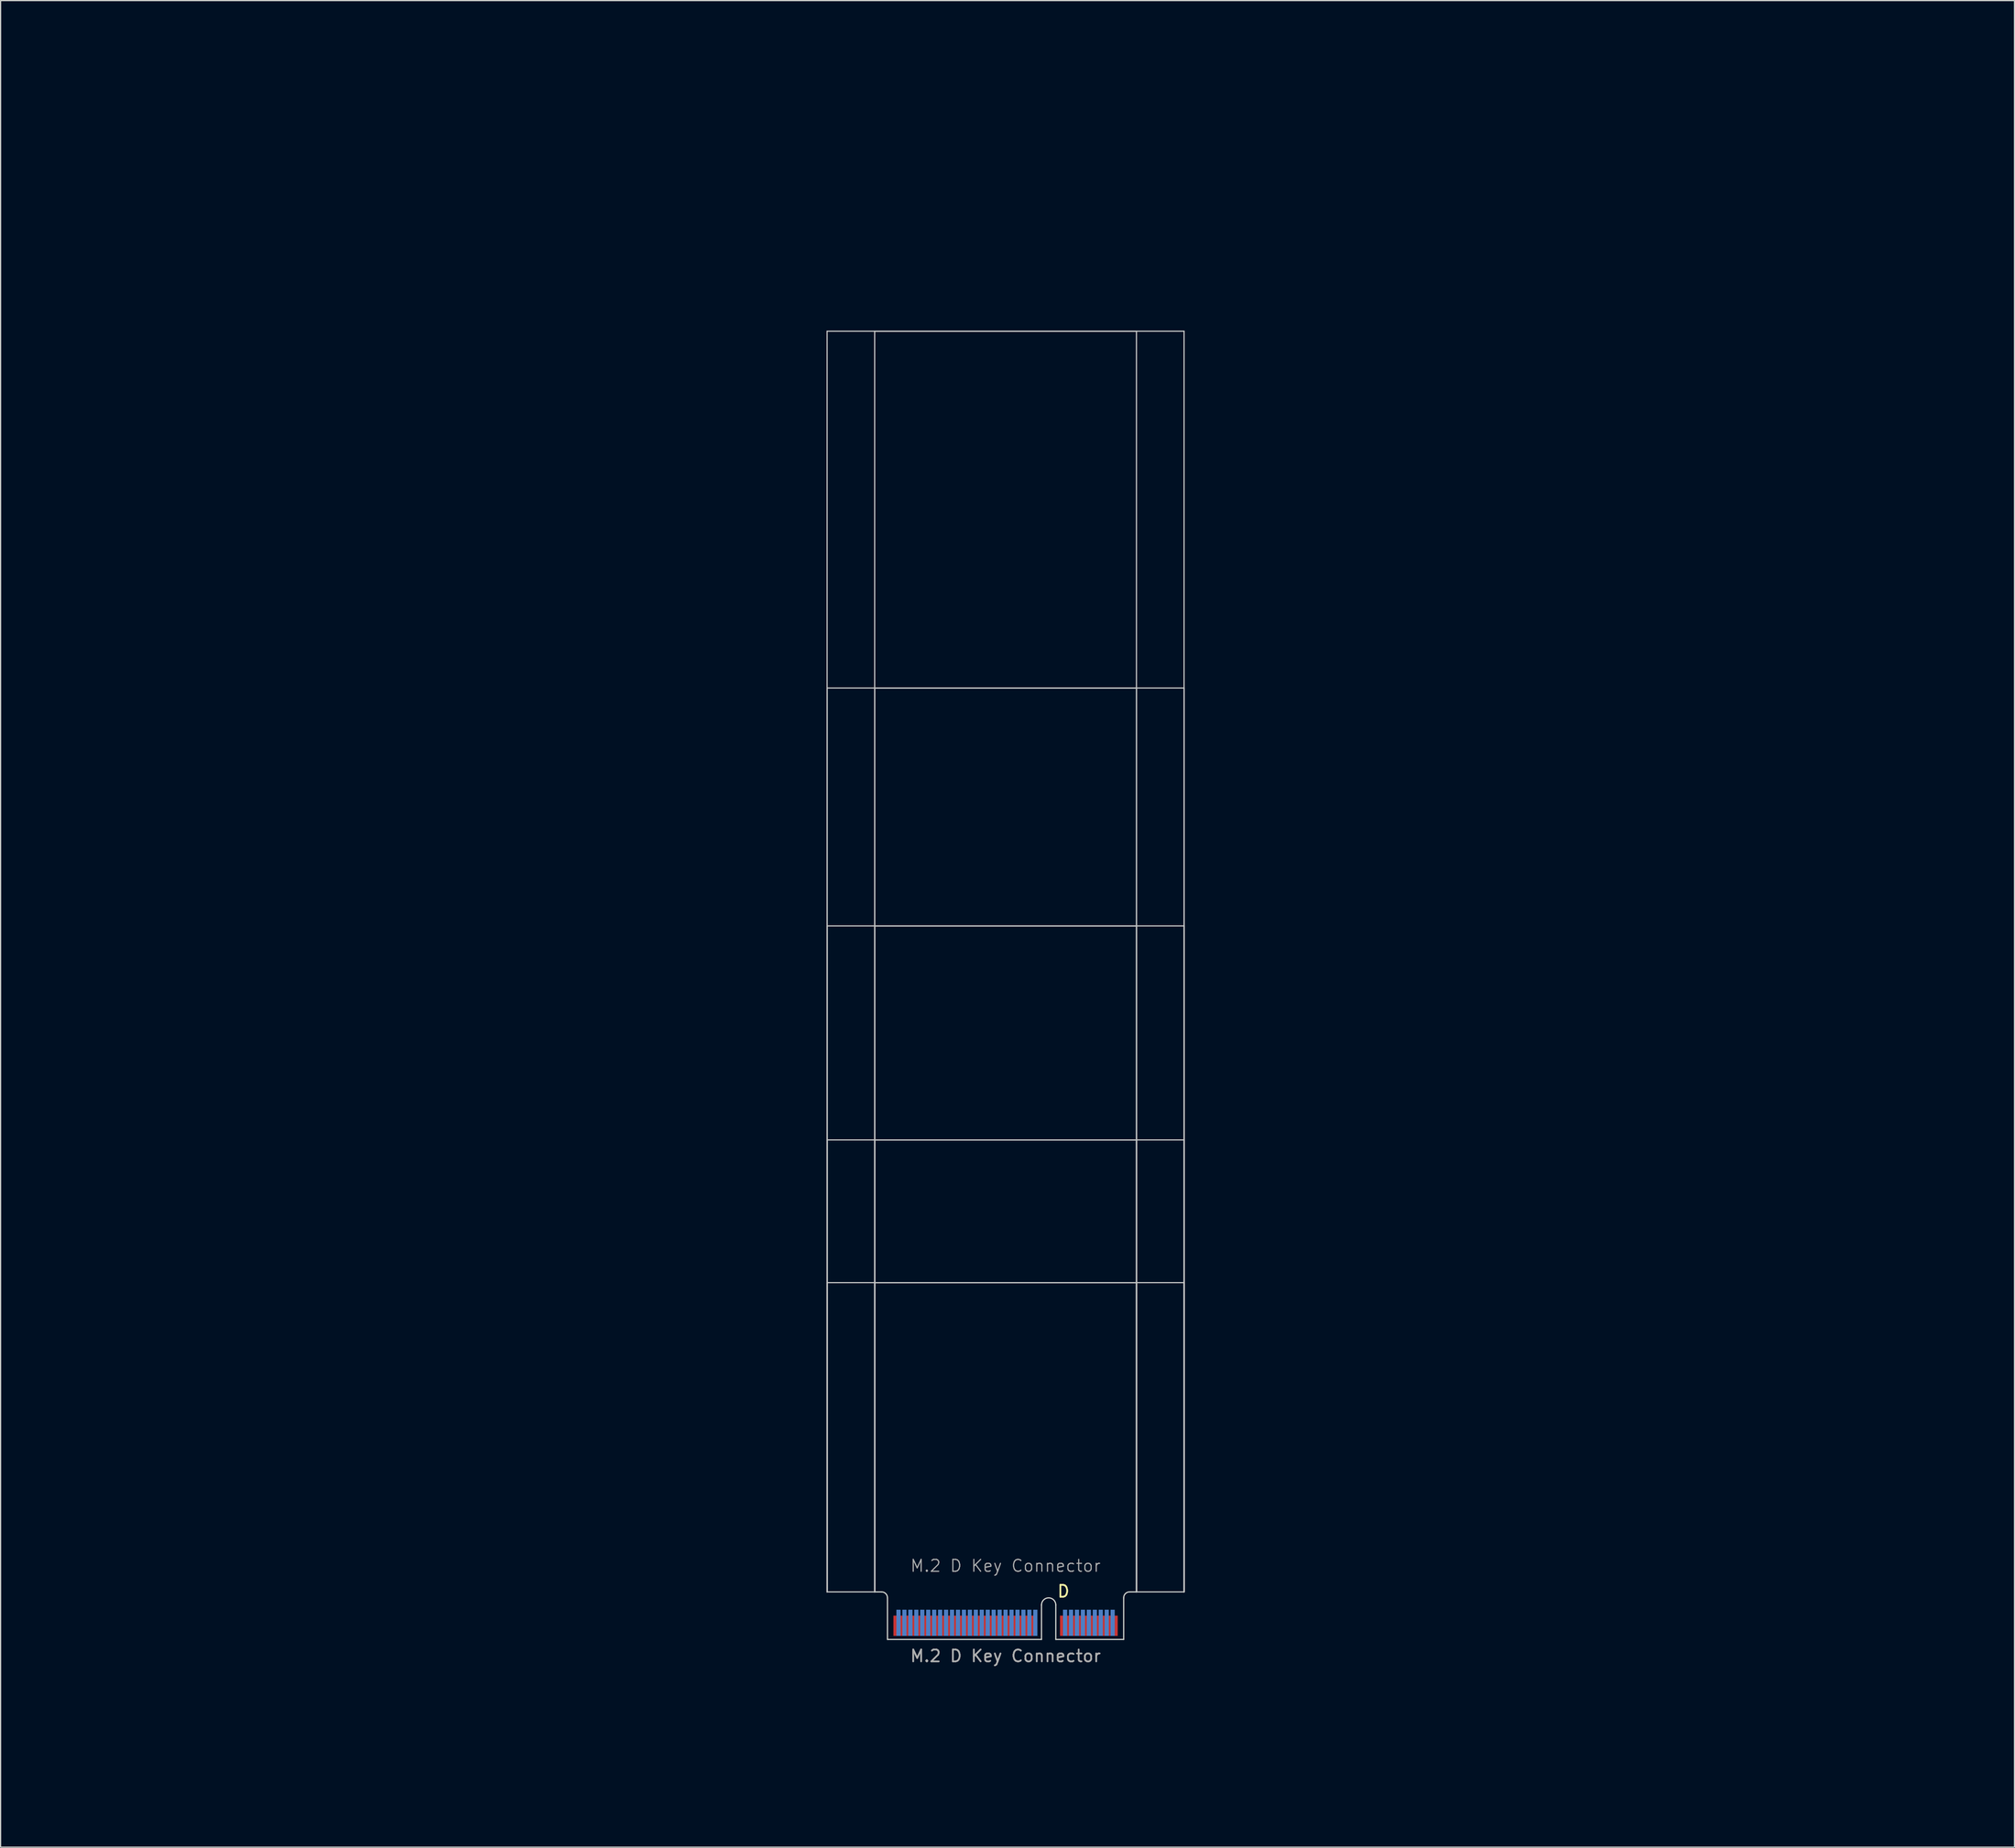
<source format=kicad_pcb>
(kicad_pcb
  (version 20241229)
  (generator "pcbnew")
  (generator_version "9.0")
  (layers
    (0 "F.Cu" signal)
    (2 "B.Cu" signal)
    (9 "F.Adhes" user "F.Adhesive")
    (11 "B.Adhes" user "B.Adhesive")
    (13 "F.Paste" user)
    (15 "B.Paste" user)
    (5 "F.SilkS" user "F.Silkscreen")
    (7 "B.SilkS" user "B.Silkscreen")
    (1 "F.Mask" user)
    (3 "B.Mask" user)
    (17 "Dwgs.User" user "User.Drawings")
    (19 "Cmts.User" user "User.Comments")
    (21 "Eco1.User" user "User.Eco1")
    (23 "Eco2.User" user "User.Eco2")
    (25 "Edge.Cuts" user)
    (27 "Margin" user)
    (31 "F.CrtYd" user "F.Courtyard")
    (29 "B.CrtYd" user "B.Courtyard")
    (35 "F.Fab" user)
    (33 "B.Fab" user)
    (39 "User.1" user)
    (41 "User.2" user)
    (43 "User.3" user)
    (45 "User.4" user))
  (footprint "M.2 D Key Connector"
    (layer "F.Cu")
    (at 81.459 133.687)
    (property "Reference" "M.2 D Key Connector" (at 0 -5.08 0) (unlocked yes) (layer "F.Fab") (effects (font (size 1 1) (thickness 0.1))))
    (attr exclude_from_pos_files exclude_from_bom)
    (fp_rect (start -9.925 -0.94) (end 9.925 1.11) (stroke (width 0) (type default)) (fill yes) (layer "F.Mask"))
    (fp_rect (start -9.925 -1.44) (end 9.925 1.11) (stroke (width 0) (type default)) (fill yes) (layer "B.Mask"))
    (fp_line (start -15 -108.89) (end 15 -108.89) (stroke (width 0.1) (type default)) (layer "Dwgs.User"))
    (fp_line (start -15 -78.89) (end 15 -78.89) (stroke (width 0.1) (type default)) (layer "Dwgs.User"))
    (fp_line (start -15 -58.89) (end 15 -58.89) (stroke (width 0.1) (type default)) (layer "Dwgs.User"))
    (fp_line (start -15 -40.89) (end 15 -40.89) (stroke (width 0.1) (type default)) (layer "Dwgs.User"))
    (fp_line (start -15 -28.89) (end 15 -28.89) (stroke (width 0.1) (type default)) (layer "Dwgs.User"))
    (fp_line (start -15 -2.89) (end -15 -108.89) (stroke (width 0.1) (type default)) (layer "Dwgs.User"))
    (fp_line (start -15 -2.89) (end -15 -78.89) (stroke (width 0.1) (type default)) (layer "Dwgs.User"))
    (fp_line (start -15 -2.89) (end -15 -58.89) (stroke (width 0.1) (type default)) (layer "Dwgs.User"))
    (fp_line (start -15 -2.89) (end -15 -40.89) (stroke (width 0.1) (type default)) (layer "Dwgs.User"))
    (fp_line (start -15 -2.89) (end -15 -28.89) (stroke (width 0.1) (type default)) (layer "Dwgs.User"))
    (fp_line (start -11 -108.89) (end 11 -108.89) (stroke (width 0.1) (type default)) (layer "Dwgs.User"))
    (fp_line (start -11 -78.89) (end 11 -78.89) (stroke (width 0.1) (type default)) (layer "Dwgs.User"))
    (fp_line (start -11 -58.89) (end 11 -58.89) (stroke (width 0.1) (type default)) (layer "Dwgs.User"))
    (fp_line (start -11 -40.89) (end 11 -40.89) (stroke (width 0.1) (type default)) (layer "Dwgs.User"))
    (fp_line (start -11 -28.89) (end 11 -28.89) (stroke (width 0.1) (type default)) (layer "Dwgs.User"))
    (fp_line (start -11 -2.89) (end -15 -2.89) (stroke (width 0.1) (type default)) (layer "Dwgs.User"))
    (fp_line (start -11 -2.89) (end -11 -108.89) (stroke (width 0.1) (type default)) (layer "Dwgs.User"))
    (fp_line (start -11 -2.89) (end -11 -78.89) (stroke (width 0.1) (type default)) (layer "Dwgs.User"))
    (fp_line (start -11 -2.89) (end -11 -58.89) (stroke (width 0.1) (type default)) (layer "Dwgs.User"))
    (fp_line (start -11 -2.89) (end -11 -40.89) (stroke (width 0.1) (type default)) (layer "Dwgs.User"))
    (fp_line (start -11 -2.89) (end -11 -28.89) (stroke (width 0.1) (type default)) (layer "Dwgs.User"))
    (fp_line (start 11 -108.89) (end 11 -2.89) (stroke (width 0.1) (type default)) (layer "Dwgs.User"))
    (fp_line (start 11 -78.89) (end 11 -2.89) (stroke (width 0.1) (type default)) (layer "Dwgs.User"))
    (fp_line (start 11 -58.89) (end 11 -2.89) (stroke (width 0.1) (type default)) (layer "Dwgs.User"))
    (fp_line (start 11 -40.89) (end 11 -2.89) (stroke (width 0.1) (type default)) (layer "Dwgs.User"))
    (fp_line (start 11 -28.89) (end 11 -2.89) (stroke (width 0.1) (type default)) (layer "Dwgs.User"))
    (fp_line (start 11 -2.89) (end 15 -2.89) (stroke (width 0.1) (type default)) (layer "Dwgs.User"))
    (fp_line (start 15 -108.89) (end 15 -2.89) (stroke (width 0.1) (type default)) (layer "Dwgs.User"))
    (fp_line (start 15 -78.89) (end 15 -2.89) (stroke (width 0.1) (type default)) (layer "Dwgs.User"))
    (fp_line (start 15 -40.89) (end 15 -2.89) (stroke (width 0.1) (type default)) (layer "Dwgs.User"))
    (fp_line (start 15 -28.89) (end 15 -2.89) (stroke (width 0.1) (type default)) (layer "Dwgs.User"))
    (fp_line (start 15 -2.89) (end 15 -58.89) (stroke (width 0.1) (type default)) (layer "Dwgs.User"))
    (fp_line (start -11 -2.89) (end -10.425 -2.89) (stroke (width 0.1) (type default)) (layer "Edge.Cuts"))
    (fp_line (start -9.925 -2.39) (end -9.925 1.11) (stroke (width 0.1) (type default)) (layer "Edge.Cuts"))
    (fp_line (start 3.02 -1.79) (end 3.02 1.11) (stroke (width 0.1) (type default)) (layer "Edge.Cuts"))
    (fp_line (start 3.02 1.11) (end -9.925 1.11) (stroke (width 0.1) (type default)) (layer "Edge.Cuts"))
    (fp_line (start 4.22 -1.79) (end 4.22 1.11) (stroke (width 0.1) (type default)) (layer "Edge.Cuts"))
    (fp_line (start 4.22 1.11) (end 9.925 1.11) (stroke (width 0.1) (type default)) (layer "Edge.Cuts"))
    (fp_line (start 9.925 -2.39) (end 9.925 1.11) (stroke (width 0.1) (type default)) (layer "Edge.Cuts"))
    (fp_line (start 10.425 -2.89) (end 11 -2.89) (stroke (width 0.1) (type default)) (layer "Edge.Cuts"))
    (fp_arc (start -10.425 -2.89) (mid -10.071447 -2.743553) (end -9.925 -2.39) (stroke (width 0.1) (type default)) (layer "Edge.Cuts"))
    (fp_arc (start 3.02 -1.79) (mid 3.62 -2.39) (end 4.22 -1.79) (stroke (width 0.1) (type default)) (layer "Edge.Cuts"))
    (fp_arc (start 9.925 -2.39) (mid 10.071447 -2.743553) (end 10.425 -2.89) (stroke (width 0.1) (type default)) (layer "Edge.Cuts"))
    (fp_line (start -0.71 -109.6) (end 0.71 -108.18) (stroke (width 0.15) (type default)) (layer "User.3"))
    (fp_line (start -0.71 -79.6) (end 0.71 -78.18) (stroke (width 0.15) (type default)) (layer "User.3"))
    (fp_line (start -0.71 -59.6) (end 0.71 -58.18) (stroke (width 0.15) (type default)) (layer "User.3"))
    (fp_line (start -0.71 -41.6) (end 0.71 -40.18) (stroke (width 0.15) (type default)) (layer "User.3"))
    (fp_line (start -0.71 -29.6) (end 0.71 -28.18) (stroke (width 0.15) (type default)) (layer "User.3"))
    (fp_line (start 0.71 -109.6) (end -0.71 -108.18) (stroke (width 0.15) (type default)) (layer "User.3"))
    (fp_line (start 0.71 -79.6) (end -0.71 -78.18) (stroke (width 0.15) (type default)) (layer "User.3"))
    (fp_line (start 0.71 -59.6) (end -0.71 -58.18) (stroke (width 0.15) (type default)) (layer "User.3"))
    (fp_line (start 0.71 -41.6) (end -0.71 -40.18) (stroke (width 0.15) (type default)) (layer "User.3"))
    (fp_line (start 0.71 -29.6) (end -0.71 -28.18) (stroke (width 0.15) (type default)) (layer "User.3"))
    (fp_rect (start -15 -108.89) (end 15 -105.09) (stroke (width 0.1) (type default)) (fill no) (layer "User.4"))
    (fp_rect (start -15 -78.89) (end 15 -75.09) (stroke (width 0.1) (type default)) (fill no) (layer "User.4"))
    (fp_rect (start -15 -58.89) (end 15 -55.09) (stroke (width 0.1) (type default)) (fill no) (layer "User.4"))
    (fp_rect (start -15 -40.89) (end 15 -37.09) (stroke (width 0.1) (type default)) (fill no) (layer "User.4"))
    (fp_rect (start -15 -28.89) (end 15 -25.09) (stroke (width 0.1) (type default)) (fill no) (layer "User.4"))
    (fp_text user "D" (at 4.27 -2.35 0) (unlocked yes) (layer "F.SilkS") (effects (font (size 1 1) (thickness 0.15)) (justify left bottom)))
    (fp_text user "${REFERENCE}" (at 0 2.5 0) (unlocked yes) (layer "F.Fab") (effects (font (size 1 1) (thickness 0.15))))
    (fp_text user "22, 30mm width and 30, 42, 60, 80, 110mm length shown in Blue (User.2 Layer)" (at 0.02 14.055 0) (unlocked yes) (layer "User.2") (effects (font (size 2 2) (thickness 0.2))))
    (fp_text user "Place \"M.2 Mounting Pad\" Footprint from library on Teal (User.3 Layer) X's" (at -0.13 9.4 0) (unlocked yes) (layer "User.3") (effects (font (size 2 2) (thickness 0.2))))
    (fp_text user "Yellow areas (User.4 Layer) reserverd for RF recepticals or for components when no RF recepticals used." (at 0.165 4.83 0) (unlocked yes) (layer "User.4") (effects (font (size 2 2) (thickness 0.2))))
    (dimension (type orthogonal) (layer "User.2") (pts (xy 70.459 24.797) (xy 92.459 24.797)) (height -12.48) (orientation 0) (format (prefix "") (suffix "") (units 3) (units_format 0) (precision 4) (suppress_zeroes yes)) (style (thickness 0.1) (arrow_length 1.27) (text_position_mode 0) (arrow_direction outward) (extension_height 0.586) (extension_offset 0.5) (keep_text_aligned yes)) (gr_text "22" (at 81.459 8.917 0) (layer "User.2") (effects (font (size 3 3) (thickness 0.4)))))
    (dimension (type orthogonal) (layer "User.2") (pts (xy 91.384 134.797) (xy 91.384 74.797)) (height 45.245) (orientation 1) (format (prefix "") (suffix "") (units 3) (units_format 0) (precision 4) (suppress_zeroes yes)) (style (thickness 0.1) (arrow_length 1.27) (text_position_mode 0) (arrow_direction outward) (extension_height 0.586) (extension_offset 0.5) (keep_text_aligned yes)) (gr_text "60" (at 133.329 104.797 90) (layer "User.2") (effects (font (size 3 3) (thickness 0.3)))))
    (dimension (type orthogonal) (layer "User.2") (pts (xy 66.459 23.687) (xy 96.459 23.687)) (height -17.83) (orientation 0) (format (prefix "") (suffix "") (units 3) (units_format 0) (precision 4) (suppress_zeroes yes)) (style (thickness 0.1) (arrow_length 1.27) (text_position_mode 0) (arrow_direction outward) (extension_height 0.586) (extension_offset 0.5) (keep_text_aligned yes)) (gr_text "30" (at 81.459 2.457 0) (layer "User.2") (effects (font (size 3 3) (thickness 0.4)))))
    (dimension (type orthogonal) (layer "User.2") (pts (xy 91.369 134.797) (xy 91.369 54.797)) (height 58.985) (orientation 1) (format (prefix "") (suffix "") (units 3) (units_format 0) (precision 4) (suppress_zeroes yes)) (style (thickness 0.1) (arrow_length 1.27) (text_position_mode 0) (arrow_direction outward) (extension_height 0.586) (extension_offset 0.5) (keep_text_aligned yes)) (gr_text "80" (at 147.054 94.797 90) (layer "User.2") (effects (font (size 3 3) (thickness 0.3)))))
    (dimension (type orthogonal) (layer "User.2") (pts (xy 91.384 134.797) (xy 91.384 24.797)) (height 69.74) (orientation 1) (format (prefix "") (suffix "") (units 3) (units_format 0) (precision 4) (suppress_zeroes yes)) (style (thickness 0.1) (arrow_length 1.27) (text_position_mode 0) (arrow_direction outward) (extension_height 0.586) (extension_offset 0.5) (keep_text_aligned yes)) (gr_text "110" (at 157.824 79.797 90) (layer "User.2") (effects (font (size 3 3) (thickness 0.3)))))
    (dimension (type orthogonal) (layer "User.2") (pts (xy 91.384 134.797) (xy 91.384 92.797)) (height 32.695) (orientation 1) (format (prefix "") (suffix "") (units 3) (units_format 0) (precision 4) (suppress_zeroes yes)) (style (thickness 0.1) (arrow_length 1.27) (text_position_mode 0) (arrow_direction outward) (extension_height 0.586) (extension_offset 0.5) (keep_text_aligned yes)) (gr_text "42" (at 120.779 113.797 90) (layer "User.2") (effects (font (size 3 3) (thickness 0.3)))))
    (dimension (type orthogonal) (layer "User.2") (pts (xy 91.384 134.797) (xy 91.384 104.797)) (height 20.795) (orientation 1) (format (prefix "") (suffix "") (units 3) (units_format 0) (precision 4) (suppress_zeroes yes)) (style (thickness 0.1) (arrow_length 1.27) (text_position_mode 0) (arrow_direction outward) (extension_height 0.586) (extension_offset 0.5) (keep_text_aligned yes)) (gr_text "30" (at 108.879 119.797 90) (layer "User.2") (effects (font (size 3 3) (thickness 0.3)))))
    (pad "1" smd rect (at 9.25 -0.04 180) (size 0.35 1.7) (layers "F.Cu"))
    (pad "2" smd rect (at 9 -0.29 180) (size 0.35 2.2) (layers "B.Cu"))
    (pad "3" smd rect (at 8.75 -0.04 180) (size 0.35 1.7) (layers "F.Cu"))
    (pad "4" smd rect (at 8.5 -0.29 180) (size 0.35 2.2) (layers "B.Cu"))
    (pad "5" smd rect (at 8.25 -0.04 180) (size 0.35 1.7) (layers "F.Cu"))
    (pad "6" smd rect (at 8 -0.29 180) (size 0.35 2.2) (layers "B.Cu"))
    (pad "7" smd rect (at 7.75 -0.04 180) (size 0.35 1.7) (layers "F.Cu"))
    (pad "8" smd rect (at 7.5 -0.29 180) (size 0.35 2.2) (layers "B.Cu"))
    (pad "9" smd rect (at 7.25 -0.04 180) (size 0.35 1.7) (layers "F.Cu"))
    (pad "10" smd rect (at 7 -0.29 180) (size 0.35 2.2) (layers "B.Cu"))
    (pad "11" smd rect (at 6.75 -0.04 180) (size 0.35 1.7) (layers "F.Cu"))
    (pad "12" smd rect (at 6.5 -0.29 180) (size 0.35 2.2) (layers "B.Cu"))
    (pad "13" smd rect (at 6.25 -0.04 180) (size 0.35 1.7) (layers "F.Cu"))
    (pad "14" smd rect (at 6 -0.29 180) (size 0.35 2.2) (layers "B.Cu"))
    (pad "15" smd rect (at 5.75 -0.04 180) (size 0.35 1.7) (layers "F.Cu"))
    (pad "16" smd rect (at 5.5 -0.29 180) (size 0.35 2.2) (layers "B.Cu"))
    (pad "17" smd rect (at 5.25 -0.04 180) (size 0.35 1.7) (layers "F.Cu"))
    (pad "18" smd rect (at 5 -0.29 180) (size 0.35 2.2) (layers "B.Cu"))
    (pad "19" smd rect (at 4.75 -0.04 180) (size 0.35 1.7) (layers "F.Cu"))
    (pad "28" smd rect (at 2.5 -0.29 180) (size 0.35 2.2) (layers "B.Cu"))
    (pad "29" smd rect (at 2.25 -0.04 180) (size 0.35 1.7) (layers "F.Cu"))
    (pad "30" smd rect (at 2 -0.29 180) (size 0.35 2.2) (layers "B.Cu"))
    (pad "31" smd rect (at 1.75 -0.04 180) (size 0.35 1.7) (layers "F.Cu"))
    (pad "32" smd rect (at 1.5 -0.29 180) (size 0.35 2.2) (layers "B.Cu"))
    (pad "33" smd rect (at 1.25 -0.04 180) (size 0.35 1.7) (layers "F.Cu"))
    (pad "34" smd rect (at 1 -0.29 180) (size 0.35 2.2) (layers "B.Cu"))
    (pad "35" smd rect (at 0.75 -0.04 180) (size 0.35 1.7) (layers "F.Cu"))
    (pad "36" smd rect (at 0.5 -0.29 180) (size 0.35 2.2) (layers "B.Cu"))
    (pad "37" smd rect (at 0.25 -0.04 180) (size 0.35 1.7) (layers "F.Cu"))
    (pad "38" smd rect (at 0 -0.29 180) (size 0.35 2.2) (layers "B.Cu"))
    (pad "39" smd rect (at -0.25 -0.04 180) (size 0.35 1.7) (layers "F.Cu"))
    (pad "40" smd rect (at -0.5 -0.29 180) (size 0.35 2.2) (layers "B.Cu"))
    (pad "41" smd rect (at -0.75 -0.04 180) (size 0.35 1.7) (layers "F.Cu"))
    (pad "42" smd rect (at -1 -0.29 180) (size 0.35 2.2) (layers "B.Cu"))
    (pad "43" smd rect (at -1.25 -0.04 180) (size 0.35 1.7) (layers "F.Cu"))
    (pad "44" smd rect (at -1.5 -0.29 180) (size 0.35 2.2) (layers "B.Cu"))
    (pad "45" smd rect (at -1.75 -0.04 180) (size 0.35 1.7) (layers "F.Cu"))
    (pad "46" smd rect (at -2 -0.29 180) (size 0.35 2.2) (layers "B.Cu"))
    (pad "47" smd rect (at -2.25 -0.04 180) (size 0.35 1.7) (layers "F.Cu"))
    (pad "48" smd rect (at -2.5 -0.29 180) (size 0.35 2.2) (layers "B.Cu"))
    (pad "49" smd rect (at -2.75 -0.04 180) (size 0.35 1.7) (layers "F.Cu"))
    (pad "50" smd rect (at -3 -0.29 180) (size 0.35 2.2) (layers "B.Cu"))
    (pad "51" smd rect (at -3.25 -0.04 180) (size 0.35 1.7) (layers "F.Cu"))
    (pad "52" smd rect (at -3.5 -0.29 180) (size 0.35 2.2) (layers "B.Cu"))
    (pad "53" smd rect (at -3.75 -0.04 180) (size 0.35 1.7) (layers "F.Cu"))
    (pad "54" smd rect (at -4 -0.29 180) (size 0.35 2.2) (layers "B.Cu"))
    (pad "55" smd rect (at -4.25 -0.04 180) (size 0.35 1.7) (layers "F.Cu"))
    (pad "56" smd rect (at -4.5 -0.29 180) (size 0.35 2.2) (layers "B.Cu"))
    (pad "57" smd rect (at -4.75 -0.04 180) (size 0.35 1.7) (layers "F.Cu"))
    (pad "58" smd rect (at -5 -0.29 180) (size 0.35 2.2) (layers "B.Cu"))
    (pad "59" smd rect (at -5.25 -0.04 180) (size 0.35 1.7) (layers "F.Cu"))
    (pad "60" smd rect (at -5.5 -0.29 180) (size 0.35 2.2) (layers "B.Cu"))
    (pad "61" smd rect (at -5.75 -0.04 180) (size 0.35 1.7) (layers "F.Cu"))
    (pad "62" smd rect (at -6 -0.29 180) (size 0.35 2.2) (layers "B.Cu"))
    (pad "63" smd rect (at -6.25 -0.04 180) (size 0.35 1.7) (layers "F.Cu"))
    (pad "64" smd rect (at -6.5 -0.29 180) (size 0.35 2.2) (layers "B.Cu"))
    (pad "65" smd rect (at -6.75 -0.04 180) (size 0.35 1.7) (layers "F.Cu"))
    (pad "66" smd rect (at -7 -0.29 180) (size 0.35 2.2) (layers "B.Cu"))
    (pad "67" smd rect (at -7.25 -0.04 180) (size 0.35 1.7) (layers "F.Cu"))
    (pad "68" smd rect (at -7.5 -0.29 180) (size 0.35 2.2) (layers "B.Cu"))
    (pad "69" smd rect (at -7.75 -0.04 180) (size 0.35 1.7) (layers "F.Cu"))
    (pad "70" smd rect (at -8 -0.29 180) (size 0.35 2.2) (layers "B.Cu"))
    (pad "71" smd rect (at -8.25 -0.04 180) (size 0.35 1.7) (layers "F.Cu"))
    (pad "72" smd rect (at -8.5 -0.29 180) (size 0.35 2.2) (layers "B.Cu"))
    (pad "73" smd rect (at -8.75 -0.04 180) (size 0.35 1.7) (layers "F.Cu"))
    (pad "74" smd rect (at -9 -0.29 180) (size 0.35 2.2) (layers "B.Cu"))
    (pad "75" smd rect (at -9.25 -0.04 180) (size 0.35 1.7) (layers "F.Cu"))
    (zone (net_name "") (layer "F.Cu") (name "Front Component Keepout") (hatch edge 0.5) (connect_pads) (min_thickness 0.25) (filled_areas_thickness no) (keepout (tracks allowed) (vias allowed) (pads not_allowed) (copperpour allowed) (footprints not_allowed)) (placement (enabled no)) (fill) (polygon (pts (xy 92.459 130.797) (xy 92.459 134.797) (xy 70.459 134.797) (xy 70.459 130.797))))
    (zone (net_name "") (layer "B.Cu") (name "Rear Component Keepout") (hatch full 0.5) (connect_pads) (min_thickness 0.25) (filled_areas_thickness no) (keepout (tracks allowed) (vias allowed) (pads not_allowed) (copperpour allowed) (footprints not_allowed)) (placement (enabled no)) (fill) (polygon (pts (xy 96.459 134.797) (xy 96.459 129.597) (xy 66.459 129.597) (xy 66.459 134.797)))))
  (gr_rect
    (start -3 -3)
    (end 166.248 152.263)
    (stroke (width 0.1) (type default))
    (fill no)
    (layer "Edge.Cuts")))
</source>
